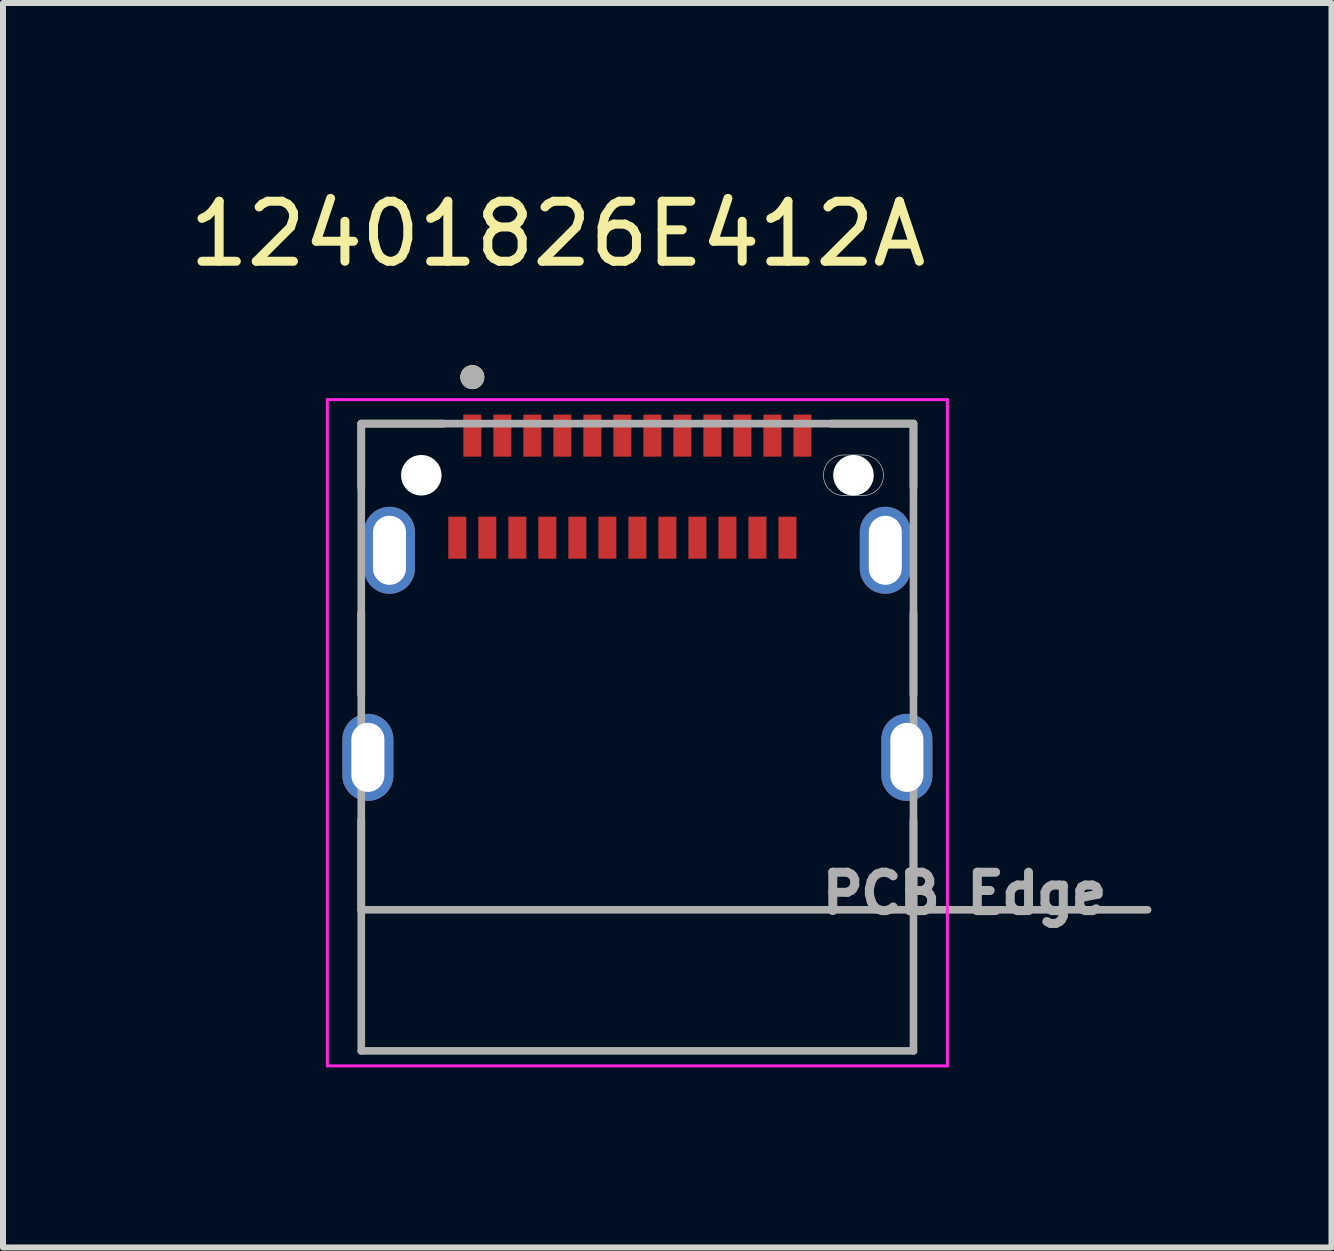
<source format=kicad_pcb>
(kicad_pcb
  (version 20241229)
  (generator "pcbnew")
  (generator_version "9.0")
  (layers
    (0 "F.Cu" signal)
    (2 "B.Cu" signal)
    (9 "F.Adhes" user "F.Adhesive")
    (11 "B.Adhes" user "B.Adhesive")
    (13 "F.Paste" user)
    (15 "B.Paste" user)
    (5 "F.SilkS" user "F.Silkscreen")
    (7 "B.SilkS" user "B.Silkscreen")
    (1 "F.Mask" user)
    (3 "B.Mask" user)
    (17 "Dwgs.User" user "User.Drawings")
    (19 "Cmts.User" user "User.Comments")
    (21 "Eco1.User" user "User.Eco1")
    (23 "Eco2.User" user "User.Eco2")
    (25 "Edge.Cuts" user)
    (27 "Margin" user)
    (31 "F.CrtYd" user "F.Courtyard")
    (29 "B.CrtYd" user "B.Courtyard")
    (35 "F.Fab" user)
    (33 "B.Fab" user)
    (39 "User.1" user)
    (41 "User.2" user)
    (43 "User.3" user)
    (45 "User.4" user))
  (footprint "12401826E412A"
    (layer "F.Cu")
    (at 7.569 8.458)
    (property "Reference" "12401826E412A" (at -1.325 -7.61 0) (layer "F.SilkS") (effects (font (size 1 1) (thickness 0.15))))
    (attr smd)
    (fp_poly (pts (xy -3.2 -2.95) (xy -2.8 -2.95) (xy -2.8 -2.15) (xy -3.2 -2.15)) (stroke (width 0.01) (type solid)) (fill yes) (layer "F.Mask"))
    (fp_poly (pts (xy -2.95 -4.65) (xy -2.55 -4.65) (xy -2.55 -3.85) (xy -2.95 -3.85)) (stroke (width 0.01) (type solid)) (fill yes) (layer "F.Mask"))
    (fp_poly (pts (xy -2.7 -2.95) (xy -2.3 -2.95) (xy -2.3 -2.15) (xy -2.7 -2.15)) (stroke (width 0.01) (type solid)) (fill yes) (layer "F.Mask"))
    (fp_poly (pts (xy -2.45 -4.65) (xy -2.05 -4.65) (xy -2.05 -3.85) (xy -2.45 -3.85)) (stroke (width 0.01) (type solid)) (fill yes) (layer "F.Mask"))
    (fp_poly (pts (xy -2.2 -2.95) (xy -1.8 -2.95) (xy -1.8 -2.15) (xy -2.2 -2.15)) (stroke (width 0.01) (type solid)) (fill yes) (layer "F.Mask"))
    (fp_poly (pts (xy -1.95 -4.65) (xy -1.55 -4.65) (xy -1.55 -3.85) (xy -1.95 -3.85)) (stroke (width 0.01) (type solid)) (fill yes) (layer "F.Mask"))
    (fp_poly (pts (xy -1.7 -2.95) (xy -1.3 -2.95) (xy -1.3 -2.15) (xy -1.7 -2.15)) (stroke (width 0.01) (type solid)) (fill yes) (layer "F.Mask"))
    (fp_poly (pts (xy -1.45 -4.65) (xy -1.05 -4.65) (xy -1.05 -3.85) (xy -1.45 -3.85)) (stroke (width 0.01) (type solid)) (fill yes) (layer "F.Mask"))
    (fp_poly (pts (xy -1.2 -2.95) (xy -0.8 -2.95) (xy -0.8 -2.15) (xy -1.2 -2.15)) (stroke (width 0.01) (type solid)) (fill yes) (layer "F.Mask"))
    (fp_poly (pts (xy -0.95 -4.65) (xy -0.55 -4.65) (xy -0.55 -3.85) (xy -0.95 -3.85)) (stroke (width 0.01) (type solid)) (fill yes) (layer "F.Mask"))
    (fp_poly (pts (xy -0.7 -2.95) (xy -0.3 -2.95) (xy -0.3 -2.15) (xy -0.7 -2.15)) (stroke (width 0.01) (type solid)) (fill yes) (layer "F.Mask"))
    (fp_poly (pts (xy -0.45 -4.65) (xy -0.05 -4.65) (xy -0.05 -3.85) (xy -0.45 -3.85)) (stroke (width 0.01) (type solid)) (fill yes) (layer "F.Mask"))
    (fp_poly (pts (xy -0.2 -2.95) (xy 0.2 -2.95) (xy 0.2 -2.15) (xy -0.2 -2.15)) (stroke (width 0.01) (type solid)) (fill yes) (layer "F.Mask"))
    (fp_poly (pts (xy 0.05 -4.65) (xy 0.45 -4.65) (xy 0.45 -3.85) (xy 0.05 -3.85)) (stroke (width 0.01) (type solid)) (fill yes) (layer "F.Mask"))
    (fp_poly (pts (xy 0.3 -2.95) (xy 0.7 -2.95) (xy 0.7 -2.15) (xy 0.3 -2.15)) (stroke (width 0.01) (type solid)) (fill yes) (layer "F.Mask"))
    (fp_poly (pts (xy 0.55 -4.65) (xy 0.95 -4.65) (xy 0.95 -3.85) (xy 0.55 -3.85)) (stroke (width 0.01) (type solid)) (fill yes) (layer "F.Mask"))
    (fp_poly (pts (xy 0.8 -2.95) (xy 1.2 -2.95) (xy 1.2 -2.15) (xy 0.8 -2.15)) (stroke (width 0.01) (type solid)) (fill yes) (layer "F.Mask"))
    (fp_poly (pts (xy 1.05 -4.65) (xy 1.45 -4.65) (xy 1.45 -3.85) (xy 1.05 -3.85)) (stroke (width 0.01) (type solid)) (fill yes) (layer "F.Mask"))
    (fp_poly (pts (xy 1.3 -2.95) (xy 1.7 -2.95) (xy 1.7 -2.15) (xy 1.3 -2.15)) (stroke (width 0.01) (type solid)) (fill yes) (layer "F.Mask"))
    (fp_poly (pts (xy 1.55 -4.65) (xy 1.95 -4.65) (xy 1.95 -3.85) (xy 1.55 -3.85)) (stroke (width 0.01) (type solid)) (fill yes) (layer "F.Mask"))
    (fp_poly (pts (xy 1.8 -2.95) (xy 2.2 -2.95) (xy 2.2 -2.15) (xy 1.8 -2.15)) (stroke (width 0.01) (type solid)) (fill yes) (layer "F.Mask"))
    (fp_poly (pts (xy 2.05 -4.65) (xy 2.45 -4.65) (xy 2.45 -3.85) (xy 2.05 -3.85)) (stroke (width 0.01) (type solid)) (fill yes) (layer "F.Mask"))
    (fp_poly (pts (xy 2.3 -2.95) (xy 2.7 -2.95) (xy 2.7 -2.15) (xy 2.3 -2.15)) (stroke (width 0.01) (type solid)) (fill yes) (layer "F.Mask"))
    (fp_poly (pts (xy 2.55 -4.65) (xy 2.95 -4.65) (xy 2.95 -3.85) (xy 2.55 -3.85)) (stroke (width 0.01) (type solid)) (fill yes) (layer "F.Mask"))
    (fp_poly (pts (xy 3.438 -4.027) (xy 3.763 -4.027) (xy 3.785 -4.027) (xy 3.808 -4.025) (xy 3.831 -4.022) (xy 3.853 -4.018) (xy 3.876 -4.013) (xy 3.898 -4.006) (xy 3.919 -3.998) (xy 3.94 -3.99) (xy 3.961 -3.98) (xy 3.981 -3.969) (xy 4.001 -3.957) (xy 4.02 -3.944) (xy 4.038 -3.93) (xy 4.055 -3.915) (xy 4.072 -3.899) (xy 4.088 -3.883) (xy 4.103 -3.865) (xy 4.116 -3.847) (xy 4.129 -3.828) (xy 4.141 -3.809) (xy 4.152 -3.789) (xy 4.162 -3.768) (xy 4.171 -3.747) (xy 4.179 -3.725) (xy 4.185 -3.703) (xy 4.19 -3.681) (xy 4.195 -3.658) (xy 4.198 -3.636) (xy 4.199 -3.613) (xy 4.2 -3.59) (xy 4.199 -3.567) (xy 4.198 -3.544) (xy 4.195 -3.522) (xy 4.19 -3.499) (xy 4.185 -3.477) (xy 4.179 -3.455) (xy 4.171 -3.433) (xy 4.162 -3.412) (xy 4.152 -3.391) (xy 4.141 -3.371) (xy 4.129 -3.352) (xy 4.116 -3.333) (xy 4.103 -3.315) (xy 4.088 -3.297) (xy 4.072 -3.281) (xy 4.055 -3.265) (xy 4.038 -3.25) (xy 4.02 -3.236) (xy 4.001 -3.223) (xy 3.981 -3.211) (xy 3.961 -3.2) (xy 3.94 -3.19) (xy 3.919 -3.182) (xy 3.898 -3.174) (xy 3.876 -3.167) (xy 3.853 -3.162) (xy 3.831 -3.158) (xy 3.808 -3.155) (xy 3.785 -3.153) (xy 3.763 -3.152) (xy 3.438 -3.152) (xy 3.415 -3.153) (xy 3.392 -3.155) (xy 3.369 -3.158) (xy 3.347 -3.162) (xy 3.324 -3.167) (xy 3.302 -3.174) (xy 3.281 -3.182) (xy 3.26 -3.19) (xy 3.239 -3.2) (xy 3.219 -3.211) (xy 3.199 -3.223) (xy 3.18 -3.236) (xy 3.162 -3.25) (xy 3.145 -3.265) (xy 3.128 -3.281) (xy 3.112 -3.297) (xy 3.097 -3.315) (xy 3.084 -3.333) (xy 3.071 -3.352) (xy 3.059 -3.371) (xy 3.048 -3.391) (xy 3.038 -3.412) (xy 3.029 -3.433) (xy 3.021 -3.455) (xy 3.015 -3.477) (xy 3.01 -3.499) (xy 3.005 -3.522) (xy 3.002 -3.544) (xy 3.001 -3.567) (xy 3 -3.59) (xy 3.001 -3.613) (xy 3.002 -3.636) (xy 3.005 -3.658) (xy 3.01 -3.681) (xy 3.015 -3.703) (xy 3.021 -3.725) (xy 3.029 -3.747) (xy 3.038 -3.768) (xy 3.048 -3.789) (xy 3.059 -3.809) (xy 3.071 -3.828) (xy 3.084 -3.847) (xy 3.097 -3.865) (xy 3.112 -3.883) (xy 3.128 -3.899) (xy 3.145 -3.915) (xy 3.162 -3.93) (xy 3.18 -3.944) (xy 3.199 -3.957) (xy 3.219 -3.969) (xy 3.239 -3.98) (xy 3.26 -3.99) (xy 3.281 -3.998) (xy 3.302 -4.006) (xy 3.324 -4.013) (xy 3.347 -4.018) (xy 3.369 -4.022) (xy 3.392 -4.025) (xy 3.415 -4.027) (xy 3.438 -4.027) (xy 3.438 -4.027)) (stroke (width 0.01) (type solid)) (fill yes) (layer "F.Mask"))
    (fp_poly (pts (xy 3.763 -4.027) (xy 3.438 -4.027) (xy 3.415 -4.027) (xy 3.392 -4.025) (xy 3.369 -4.022) (xy 3.347 -4.018) (xy 3.324 -4.013) (xy 3.302 -4.006) (xy 3.281 -3.998) (xy 3.26 -3.99) (xy 3.239 -3.98) (xy 3.219 -3.969) (xy 3.199 -3.957) (xy 3.18 -3.944) (xy 3.162 -3.93) (xy 3.145 -3.915) (xy 3.128 -3.899) (xy 3.112 -3.883) (xy 3.097 -3.865) (xy 3.084 -3.847) (xy 3.071 -3.828) (xy 3.059 -3.809) (xy 3.048 -3.789) (xy 3.038 -3.768) (xy 3.029 -3.747) (xy 3.021 -3.725) (xy 3.015 -3.703) (xy 3.01 -3.681) (xy 3.005 -3.658) (xy 3.002 -3.636) (xy 3.001 -3.613) (xy 3 -3.59) (xy 3.001 -3.567) (xy 3.002 -3.544) (xy 3.005 -3.522) (xy 3.01 -3.499) (xy 3.015 -3.477) (xy 3.021 -3.455) (xy 3.029 -3.433) (xy 3.038 -3.412) (xy 3.048 -3.391) (xy 3.059 -3.371) (xy 3.071 -3.352) (xy 3.084 -3.333) (xy 3.097 -3.315) (xy 3.112 -3.297) (xy 3.128 -3.281) (xy 3.145 -3.265) (xy 3.162 -3.25) (xy 3.18 -3.236) (xy 3.199 -3.223) (xy 3.219 -3.211) (xy 3.239 -3.2) (xy 3.26 -3.19) (xy 3.281 -3.182) (xy 3.302 -3.174) (xy 3.324 -3.167) (xy 3.347 -3.162) (xy 3.369 -3.158) (xy 3.392 -3.155) (xy 3.415 -3.153) (xy 3.438 -3.152) (xy 3.763 -3.152) (xy 3.785 -3.153) (xy 3.808 -3.155) (xy 3.831 -3.158) (xy 3.853 -3.162) (xy 3.876 -3.167) (xy 3.898 -3.174) (xy 3.919 -3.182) (xy 3.94 -3.19) (xy 3.961 -3.2) (xy 3.981 -3.211) (xy 4.001 -3.223) (xy 4.02 -3.236) (xy 4.038 -3.25) (xy 4.055 -3.265) (xy 4.072 -3.281) (xy 4.088 -3.297) (xy 4.103 -3.315) (xy 4.116 -3.333) (xy 4.129 -3.352) (xy 4.141 -3.371) (xy 4.152 -3.391) (xy 4.162 -3.412) (xy 4.171 -3.433) (xy 4.179 -3.455) (xy 4.185 -3.477) (xy 4.19 -3.499) (xy 4.195 -3.522) (xy 4.198 -3.544) (xy 4.199 -3.567) (xy 4.2 -3.59) (xy 4.199 -3.613) (xy 4.198 -3.636) (xy 4.195 -3.658) (xy 4.19 -3.681) (xy 4.185 -3.703) (xy 4.179 -3.725) (xy 4.171 -3.747) (xy 4.162 -3.768) (xy 4.152 -3.789) (xy 4.141 -3.809) (xy 4.129 -3.828) (xy 4.116 -3.847) (xy 4.103 -3.865) (xy 4.088 -3.883) (xy 4.072 -3.899) (xy 4.055 -3.915) (xy 4.038 -3.93) (xy 4.02 -3.944) (xy 4.001 -3.957) (xy 3.981 -3.969) (xy 3.961 -3.98) (xy 3.94 -3.99) (xy 3.919 -3.998) (xy 3.898 -4.006) (xy 3.876 -4.013) (xy 3.853 -4.018) (xy 3.831 -4.022) (xy 3.808 -4.025) (xy 3.785 -4.027) (xy 3.763 -4.027) (xy 3.763 -4.027)) (stroke (width 0.01) (type solid)) (fill yes) (layer "B.Mask"))
    (fp_line (start -4.6 -4.45) (end -3.23 -4.45) (stroke (width 0.127) (type solid)) (layer "F.SilkS"))
    (fp_line (start -4.6 -3.385) (end -4.6 -4.45) (stroke (width 0.127) (type solid)) (layer "F.SilkS"))
    (fp_line (start -4.6 0.065) (end -4.6 -1.295) (stroke (width 0.127) (type solid)) (layer "F.SilkS"))
    (fp_line (start -4.6 3.65) (end -4.6 2.155) (stroke (width 0.127) (type solid)) (layer "F.SilkS"))
    (fp_line (start 4.6 -4.45) (end 3.23 -4.45) (stroke (width 0.127) (type solid)) (layer "F.SilkS"))
    (fp_line (start 4.6 -3.385) (end 4.6 -4.45) (stroke (width 0.127) (type solid)) (layer "F.SilkS"))
    (fp_line (start 4.6 0.065) (end 4.6 -1.295) (stroke (width 0.127) (type solid)) (layer "F.SilkS"))
    (fp_line (start 4.6 3.65) (end 4.6 2.155) (stroke (width 0.127) (type solid)) (layer "F.SilkS"))
    (fp_circle (center -2.75 -5.225) (end -2.65 -5.225) (stroke (width 0.2) (type solid)) (fill no) (layer "F.SilkS"))
    (fp_line (start 3.438 -3.928) (end 3.763 -3.928) (stroke (width 0.01) (type solid)) (layer "Edge.Cuts"))
    (fp_line (start 3.763 -3.252) (end 3.438 -3.252) (stroke (width 0.01) (type solid)) (layer "Edge.Cuts"))
    (fp_arc (start 3.1 -3.59) (mid 3.198851 -3.828649) (end 3.4375 -3.9275) (stroke (width 0.01) (type solid)) (layer "Edge.Cuts"))
    (fp_arc (start 3.4375 -3.2525) (mid 3.198851 -3.351351) (end 3.1 -3.59) (stroke (width 0.01) (type solid)) (layer "Edge.Cuts"))
    (fp_arc (start 3.7625 -3.9275) (mid 4.001149 -3.828649) (end 4.1 -3.59) (stroke (width 0.01) (type solid)) (layer "Edge.Cuts"))
    (fp_arc (start 4.1 -3.59) (mid 4.001149 -3.351351) (end 3.7625 -3.2525) (stroke (width 0.01) (type solid)) (layer "Edge.Cuts"))
    (fp_line (start -5.165 -4.85) (end -5.165 6.25) (stroke (width 0.05) (type solid)) (layer "F.CrtYd"))
    (fp_line (start -5.165 6.25) (end 5.165 6.25) (stroke (width 0.05) (type solid)) (layer "F.CrtYd"))
    (fp_line (start 5.165 -4.85) (end -5.165 -4.85) (stroke (width 0.05) (type solid)) (layer "F.CrtYd"))
    (fp_line (start 5.165 6.25) (end 5.165 -4.85) (stroke (width 0.05) (type solid)) (layer "F.CrtYd"))
    (fp_line (start -4.6 -4.45) (end 4.6 -4.45) (stroke (width 0.127) (type solid)) (layer "F.Fab"))
    (fp_line (start -4.6 3.65) (end -4.6 -4.45) (stroke (width 0.127) (type solid)) (layer "F.Fab"))
    (fp_line (start -4.6 3.65) (end 8.5 3.65) (stroke (width 0.127) (type solid)) (layer "F.Fab"))
    (fp_line (start -4.6 6) (end -4.6 3.65) (stroke (width 0.127) (type solid)) (layer "F.Fab"))
    (fp_line (start 4.6 -4.45) (end 4.6 6) (stroke (width 0.127) (type solid)) (layer "F.Fab"))
    (fp_line (start 4.6 6) (end -4.6 6) (stroke (width 0.127) (type solid)) (layer "F.Fab"))
    (fp_circle (center -2.75 -5.225) (end -2.65 -5.225) (stroke (width 0.2) (type solid)) (fill no) (layer "F.Fab"))
    (fp_text user "PCB Edge" (at 5.45 3.375 0) (layer "F.Fab") (effects (font (size 0.64 0.64) (thickness 0.15))))
    (pad "" np_thru_hole circle (at -3.6 -3.59) (size 0.675 0.675) (drill 0.675) (layers "*.Cu" "*.Mask"))
    (pad "" np_thru_hole circle (at 3.6 -3.59) (size 0.675 0.675) (drill 0.675) (layers "*.Cu" "*.Mask"))
    (pad "A1" smd rect (at -2.75 -4.25) (size 0.3 0.7) (layers "F.Cu" "F.Paste"))
    (pad "A2" smd rect (at -2.25 -4.25) (size 0.3 0.7) (layers "F.Cu" "F.Paste"))
    (pad "A3" smd rect (at -1.75 -4.25) (size 0.3 0.7) (layers "F.Cu" "F.Paste"))
    (pad "A4" smd rect (at -1.25 -4.25) (size 0.3 0.7) (layers "F.Cu" "F.Paste"))
    (pad "A5" smd rect (at -0.75 -4.25) (size 0.3 0.7) (layers "F.Cu" "F.Paste"))
    (pad "A6" smd rect (at -0.25 -4.25) (size 0.3 0.7) (layers "F.Cu" "F.Paste"))
    (pad "A7" smd rect (at 0.25 -4.25) (size 0.3 0.7) (layers "F.Cu" "F.Paste"))
    (pad "A8" smd rect (at 0.75 -4.25) (size 0.3 0.7) (layers "F.Cu" "F.Paste"))
    (pad "A9" smd rect (at 1.25 -4.25) (size 0.3 0.7) (layers "F.Cu" "F.Paste"))
    (pad "A10" smd rect (at 1.75 -4.25) (size 0.3 0.7) (layers "F.Cu" "F.Paste"))
    (pad "A11" smd rect (at 2.25 -4.25) (size 0.3 0.7) (layers "F.Cu" "F.Paste"))
    (pad "A12" smd rect (at 2.75 -4.25) (size 0.3 0.7) (layers "F.Cu" "F.Paste"))
    (pad "B1" smd rect (at 2.5 -2.55) (size 0.3 0.7) (layers "F.Cu" "F.Paste"))
    (pad "B2" smd rect (at 2 -2.55) (size 0.3 0.7) (layers "F.Cu" "F.Paste"))
    (pad "B3" smd rect (at 1.5 -2.55) (size 0.3 0.7) (layers "F.Cu" "F.Paste"))
    (pad "B4" smd rect (at 1 -2.55) (size 0.3 0.7) (layers "F.Cu" "F.Paste"))
    (pad "B5" smd rect (at 0.5 -2.55) (size 0.3 0.7) (layers "F.Cu" "F.Paste"))
    (pad "B6" smd rect (at 0 -2.55) (size 0.3 0.7) (layers "F.Cu" "F.Paste"))
    (pad "B7" smd rect (at -0.5 -2.55) (size 0.3 0.7) (layers "F.Cu" "F.Paste"))
    (pad "B8" smd rect (at -1 -2.55) (size 0.3 0.7) (layers "F.Cu" "F.Paste"))
    (pad "B9" smd rect (at -1.5 -2.55) (size 0.3 0.7) (layers "F.Cu" "F.Paste"))
    (pad "B10" smd rect (at -2 -2.55) (size 0.3 0.7) (layers "F.Cu" "F.Paste"))
    (pad "B11" smd rect (at -2.5 -2.55) (size 0.3 0.7) (layers "F.Cu" "F.Paste"))
    (pad "B12" smd rect (at -3 -2.55) (size 0.3 0.7) (layers "F.Cu" "F.Paste"))
    (pad "SH1" thru_hole oval (at -4.49 1.11) (size 0.85 1.45) (drill oval 0.55 1.15) (layers "*.Cu" "*.Mask"))
    (pad "SH2" thru_hole oval (at 4.49 1.11) (size 0.85 1.45) (drill oval 0.55 1.15) (layers "*.Cu" "*.Mask"))
    (pad "SH3" thru_hole oval (at -4.13 -2.34) (size 0.85 1.45) (drill oval 0.55 1.15) (layers "*.Cu" "*.Mask"))
    (pad "SH4" thru_hole oval (at 4.13 -2.34) (size 0.85 1.45) (drill oval 0.55 1.15) (layers "*.Cu" "*.Mask"))
    (zone (net_name "") (layer "F.Cu") (hatch full 0.508) (connect_pads) (min_thickness 0.01) (filled_areas_thickness no) (keepout (tracks not_allowed) (vias not_allowed) (pads not_allowed) (copperpour not_allowed) (footprints allowed)) (placement (enabled no)) (fill) (polygon (pts (xy 3.819 6.818) (xy 11.319 6.818) (xy 11.319 12.108) (xy 3.819 12.108))))
    (zone (net_name "") (layers "F.Cu" "B.Cu") (hatch full 0.508) (connect_pads) (min_thickness 0.01) (filled_areas_thickness no) (keepout (tracks allowed) (vias not_allowed) (pads allowed) (copperpour allowed) (footprints allowed)) (placement (enabled no)) (fill) (polygon (pts (xy 3.819 6.818) (xy 11.319 6.818) (xy 11.319 12.108) (xy 3.819 12.108)))))
  (gr_rect
    (start -3 -3)
    (end 19.133 17.733)
    (stroke (width 0.1) (type default))
    (fill no)
    (layer "Edge.Cuts")))
</source>
